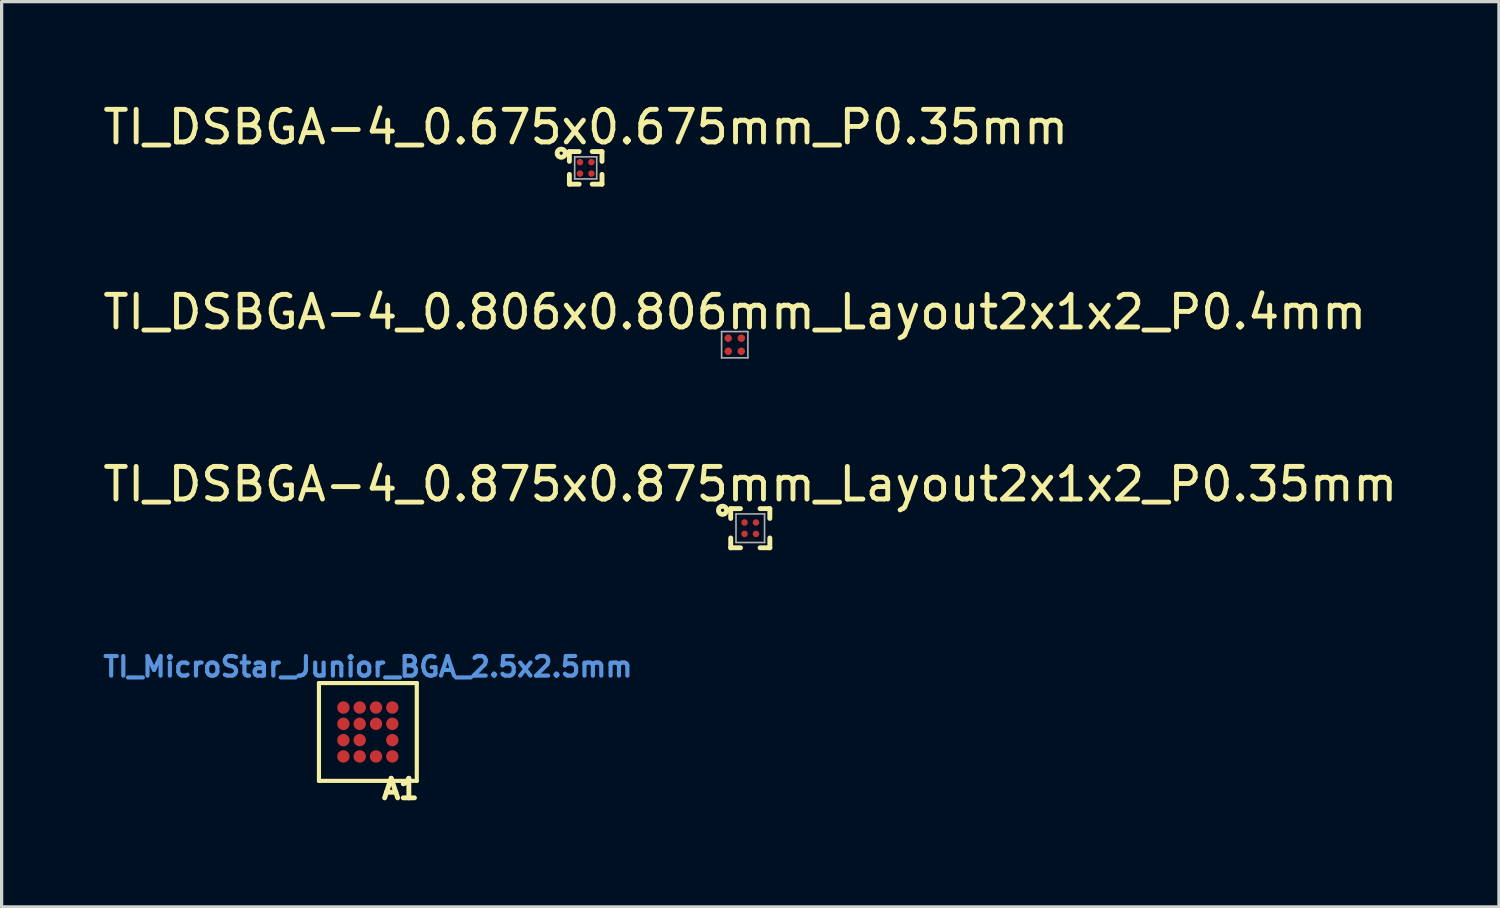
<source format=kicad_pcb>
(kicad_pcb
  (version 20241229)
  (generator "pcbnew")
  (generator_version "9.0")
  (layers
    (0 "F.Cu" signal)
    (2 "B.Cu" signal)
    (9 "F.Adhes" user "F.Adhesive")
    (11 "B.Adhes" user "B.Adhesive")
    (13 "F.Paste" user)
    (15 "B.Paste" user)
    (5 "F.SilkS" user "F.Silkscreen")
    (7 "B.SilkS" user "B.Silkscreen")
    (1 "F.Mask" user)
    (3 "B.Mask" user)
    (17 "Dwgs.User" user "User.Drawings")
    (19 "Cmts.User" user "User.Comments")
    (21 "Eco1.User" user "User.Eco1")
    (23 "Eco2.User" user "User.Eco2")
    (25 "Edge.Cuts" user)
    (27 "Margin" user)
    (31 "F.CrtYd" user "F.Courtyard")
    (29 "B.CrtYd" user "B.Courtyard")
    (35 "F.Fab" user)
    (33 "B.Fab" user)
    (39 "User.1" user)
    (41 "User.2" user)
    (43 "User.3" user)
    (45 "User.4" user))
  (footprint "TI_DSBGA-4_0.875x0.875mm_Layout2x1x2_P0.35mm"
    (layer "F.Cu")
    (at 19.958 13.148)
    (property "Reference" "TI_DSBGA-4_0.875x0.875mm_Layout2x1x2_P0.35mm" (at 0 -1.35 0) (layer "F.SilkS") (effects (font (size 1 1) (thickness 0.15))))
    (attr through_hole)
    (fp_line (start -0.6 -0.6) (end -0.6 -0.3) (stroke (width 0.15) (type solid)) (layer "F.SilkS"))
    (fp_line (start -0.6 -0.6) (end -0.3 -0.6) (stroke (width 0.15) (type solid)) (layer "F.SilkS"))
    (fp_line (start -0.6 0.6) (end -0.6 0.3) (stroke (width 0.15) (type solid)) (layer "F.SilkS"))
    (fp_line (start -0.6 0.6) (end -0.3 0.6) (stroke (width 0.15) (type solid)) (layer "F.SilkS"))
    (fp_line (start 0.6 -0.6) (end 0.3 -0.6) (stroke (width 0.15) (type solid)) (layer "F.SilkS"))
    (fp_line (start 0.6 -0.6) (end 0.6 -0.3) (stroke (width 0.15) (type solid)) (layer "F.SilkS"))
    (fp_line (start 0.6 0.6) (end 0.3 0.6) (stroke (width 0.15) (type solid)) (layer "F.SilkS"))
    (fp_line (start 0.6 0.6) (end 0.6 0.3) (stroke (width 0.15) (type solid)) (layer "F.SilkS"))
    (fp_circle (center -0.85 -0.55) (end -0.8 -0.55) (stroke (width 0.15) (type solid)) (fill no) (layer "F.SilkS"))
    (fp_line (start -0.438 -0.438) (end 0.438 -0.438) (stroke (width 0.05) (type solid)) (layer "F.Fab"))
    (fp_line (start -0.438 0.438) (end -0.438 -0.438) (stroke (width 0.05) (type solid)) (layer "F.Fab"))
    (fp_line (start 0.438 -0.438) (end 0.438 0.438) (stroke (width 0.05) (type solid)) (layer "F.Fab"))
    (fp_line (start 0.438 0.438) (end -0.438 0.438) (stroke (width 0.05) (type solid)) (layer "F.Fab"))
    (pad "A1" smd circle (at -0.175 -0.175) (size 0.2 0.2) (layers "F.Cu" "F.Mask" "F.Paste"))
    (pad "A2" smd circle (at 0.175 -0.175) (size 0.2 0.2) (layers "F.Cu" "F.Mask" "F.Paste"))
    (pad "B1" smd circle (at -0.175 0.175) (size 0.2 0.2) (layers "F.Cu" "F.Mask" "F.Paste"))
    (pad "B2" smd circle (at 0.175 0.175) (size 0.2 0.2) (layers "F.Cu" "F.Mask" "F.Paste")))
  (footprint "TI_DSBGA-4_0.806x0.806mm_Layout2x1x2_P0.4mm"
    (layer "F.Cu")
    (at 19.482 7.521)
    (property "Reference" "TI_DSBGA-4_0.806x0.806mm_Layout2x1x2_P0.4mm" (at 0 -1 0) (layer "F.SilkS") (effects (font (size 1 1) (thickness 0.15))))
    (attr smd)
    (fp_line (start -0.403 -0.403) (end 0.403 -0.403) (stroke (width 0.05) (type solid)) (layer "F.Fab"))
    (fp_line (start -0.403 0.403) (end -0.403 -0.403) (stroke (width 0.05) (type solid)) (layer "F.Fab"))
    (fp_line (start 0.403 -0.403) (end 0.403 0.403) (stroke (width 0.05) (type solid)) (layer "F.Fab"))
    (fp_line (start 0.403 0.403) (end -0.403 0.403) (stroke (width 0.05) (type solid)) (layer "F.Fab"))
    (pad "A1" smd circle (at -0.2 -0.2) (size 0.23 0.23) (layers "F.Cu" "F.Mask" "F.Paste"))
    (pad "A2" smd circle (at 0.2 -0.2) (size 0.23 0.23) (layers "F.Cu" "F.Mask" "F.Paste"))
    (pad "B1" smd circle (at -0.2 0.2) (size 0.23 0.23) (layers "F.Cu" "F.Mask" "F.Paste"))
    (pad "B2" smd circle (at 0.2 0.2) (size 0.23 0.23) (layers "F.Cu" "F.Mask" "F.Paste")))
  (footprint "TI_DSBGA-4_0.675x0.675mm_P0.35mm"
    (layer "F.Cu")
    (at 14.911 2.098)
    (property "Reference" "TI_DSBGA-4_0.675x0.675mm_P0.35mm" (at 0 -1.25 0) (layer "F.SilkS") (effects (font (size 1 1) (thickness 0.15))))
    (attr smd)
    (fp_line (start -0.5 -0.5) (end -0.5 -0.2) (stroke (width 0.15) (type solid)) (layer "F.SilkS"))
    (fp_line (start -0.5 -0.5) (end -0.2 -0.5) (stroke (width 0.15) (type solid)) (layer "F.SilkS"))
    (fp_line (start -0.5 0.5) (end -0.5 0.2) (stroke (width 0.15) (type solid)) (layer "F.SilkS"))
    (fp_line (start -0.5 0.5) (end -0.2 0.5) (stroke (width 0.15) (type solid)) (layer "F.SilkS"))
    (fp_line (start 0.5 -0.5) (end 0.2 -0.5) (stroke (width 0.15) (type solid)) (layer "F.SilkS"))
    (fp_line (start 0.5 -0.5) (end 0.5 -0.2) (stroke (width 0.15) (type solid)) (layer "F.SilkS"))
    (fp_line (start 0.5 0.5) (end 0.2 0.5) (stroke (width 0.15) (type solid)) (layer "F.SilkS"))
    (fp_line (start 0.5 0.5) (end 0.5 0.2) (stroke (width 0.15) (type solid)) (layer "F.SilkS"))
    (fp_circle (center -0.75 -0.45) (end -0.7 -0.45) (stroke (width 0.15) (type solid)) (fill no) (layer "F.SilkS"))
    (fp_line (start -0.338 -0.338) (end 0.338 -0.338) (stroke (width 0.05) (type solid)) (layer "F.Fab"))
    (fp_line (start -0.338 0.338) (end -0.338 -0.338) (stroke (width 0.05) (type solid)) (layer "F.Fab"))
    (fp_line (start 0.338 -0.338) (end 0.338 0.338) (stroke (width 0.05) (type solid)) (layer "F.Fab"))
    (fp_line (start 0.338 0.338) (end -0.338 0.338) (stroke (width 0.05) (type solid)) (layer "F.Fab"))
    (pad "A1" smd circle (at -0.175 -0.175) (size 0.2 0.2) (layers "F.Cu" "F.Mask" "F.Paste"))
    (pad "A2" smd circle (at 0.175 -0.175) (size 0.2 0.2) (layers "F.Cu" "F.Mask" "F.Paste"))
    (pad "B1" smd circle (at -0.175 0.175) (size 0.2 0.2) (layers "F.Cu" "F.Mask" "F.Paste"))
    (pad "B2" smd circle (at 0.175 0.175) (size 0.2 0.2) (layers "F.Cu" "F.Mask" "F.Paste")))
  (footprint "TI_MicroStar_Junior_BGA_2.5x2.5mm"
    (layer "F.Cu")
    (at 8.231 19.397)
    (property "Reference" "TI_MicroStar_Junior_BGA_2.5x2.5mm" (at 0 -2 0) (layer "Cmts.User") (effects (font (size 0.6 0.6) (thickness 0.127))))
    (attr smd)
    (fp_line (start -1.5 -1.5) (end 1.5 -1.5) (stroke (width 0.127) (type solid)) (layer "F.SilkS"))
    (fp_line (start -1.5 1.5) (end -1.5 -1.5) (stroke (width 0.127) (type solid)) (layer "F.SilkS"))
    (fp_line (start 1.5 -1.5) (end 1.5 1.5) (stroke (width 0.127) (type solid)) (layer "F.SilkS"))
    (fp_line (start 1.5 1.5) (end -1.5 1.5) (stroke (width 0.127) (type solid)) (layer "F.SilkS"))
    (fp_text user "A1" (at 1 1.75 0) (layer "F.SilkS") (effects (font (size 0.6 0.6) (thickness 0.15))))
    (pad "A1" smd circle (at 0.75 0.75) (size 0.38 0.38) (layers "F.Cu" "F.Mask" "F.Paste"))
    (pad "A2" smd circle (at 0.25 0.75) (size 0.38 0.38) (layers "F.Cu" "F.Mask" "F.Paste"))
    (pad "A3" smd circle (at -0.25 0.75) (size 0.38 0.38) (layers "F.Cu" "F.Mask" "F.Paste"))
    (pad "A4" smd circle (at -0.75 0.75) (size 0.38 0.38) (layers "F.Cu" "F.Mask" "F.Paste"))
    (pad "B1" smd circle (at 0.75 0.25) (size 0.38 0.38) (layers "F.Cu" "F.Mask" "F.Paste"))
    (pad "B3" smd circle (at -0.25 0.25) (size 0.38 0.38) (layers "F.Cu" "F.Mask" "F.Paste"))
    (pad "B4" smd circle (at -0.75 0.25) (size 0.38 0.38) (layers "F.Cu" "F.Mask" "F.Paste"))
    (pad "C1" smd circle (at 0.75 -0.25) (size 0.38 0.38) (layers "F.Cu" "F.Mask" "F.Paste"))
    (pad "C2" smd circle (at 0.25 -0.25) (size 0.38 0.38) (layers "F.Cu" "F.Mask" "F.Paste"))
    (pad "C3" smd circle (at -0.25 -0.25) (size 0.38 0.38) (layers "F.Cu" "F.Mask" "F.Paste"))
    (pad "C4" smd circle (at -0.75 -0.25) (size 0.38 0.38) (layers "F.Cu" "F.Mask" "F.Paste"))
    (pad "D1" smd circle (at 0.75 -0.75) (size 0.38 0.38) (layers "F.Cu" "F.Mask" "F.Paste"))
    (pad "D2" smd circle (at 0.25 -0.75) (size 0.38 0.38) (layers "F.Cu" "F.Mask" "F.Paste"))
    (pad "D3" smd circle (at -0.25 -0.75) (size 0.38 0.38) (layers "F.Cu" "F.Mask" "F.Paste"))
    (pad "D4" smd circle (at -0.75 -0.75) (size 0.38 0.38) (layers "F.Cu" "F.Mask" "F.Paste")))
  (gr_rect
    (start -3 -3)
    (end 42.917 24.761)
    (stroke (width 0.1) (type default))
    (fill no)
    (layer "Edge.Cuts")))
</source>
